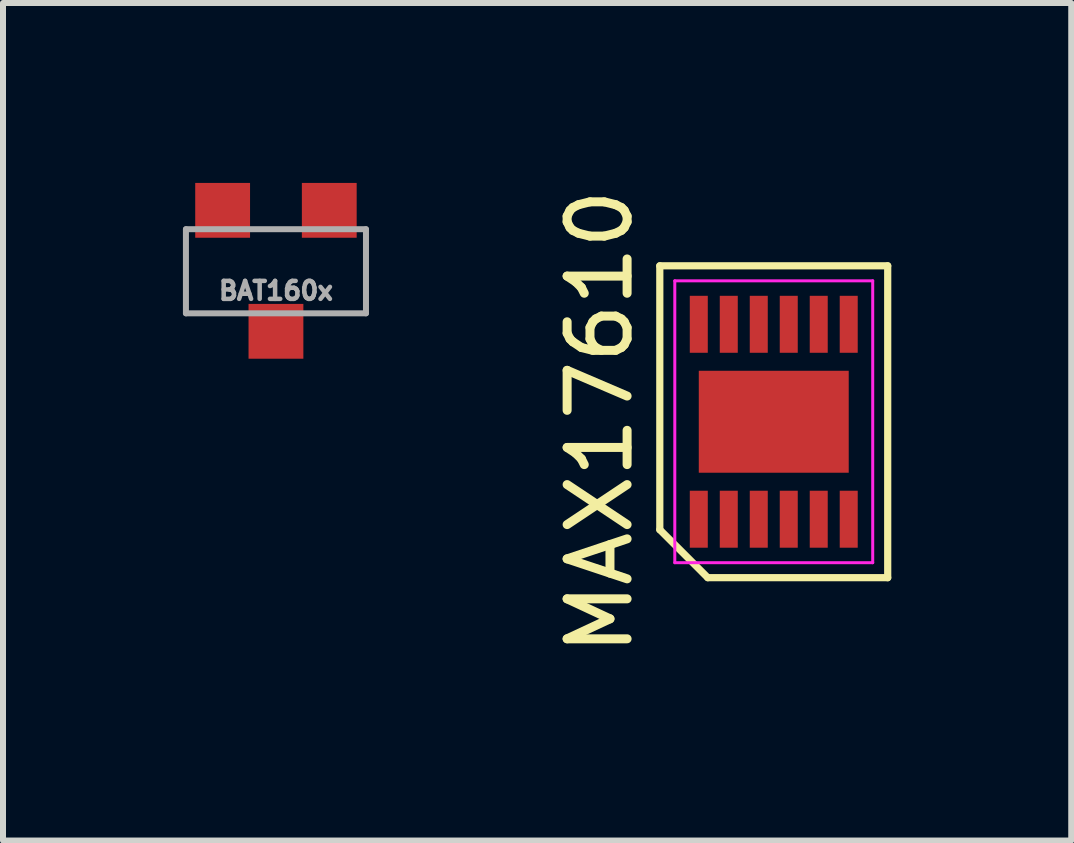
<source format=kicad_pcb>
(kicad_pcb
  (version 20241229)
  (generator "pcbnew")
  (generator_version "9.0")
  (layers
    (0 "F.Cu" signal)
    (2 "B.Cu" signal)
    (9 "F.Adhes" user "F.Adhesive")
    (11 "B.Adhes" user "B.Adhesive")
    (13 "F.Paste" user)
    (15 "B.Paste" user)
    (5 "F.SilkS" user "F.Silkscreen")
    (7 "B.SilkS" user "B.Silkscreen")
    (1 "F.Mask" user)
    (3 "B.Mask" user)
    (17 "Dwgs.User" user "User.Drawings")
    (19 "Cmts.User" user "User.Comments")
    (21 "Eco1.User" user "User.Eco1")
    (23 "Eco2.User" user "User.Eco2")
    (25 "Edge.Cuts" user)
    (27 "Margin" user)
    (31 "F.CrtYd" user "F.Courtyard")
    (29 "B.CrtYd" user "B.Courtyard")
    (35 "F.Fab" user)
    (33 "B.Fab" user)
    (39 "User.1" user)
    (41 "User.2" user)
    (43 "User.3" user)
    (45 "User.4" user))
  (footprint "MAX17610"
    (layer "F.Cu")
    (at 9.851 3.982)
    (property "Reference" "MAX17610" (at -2.9 0 90) (layer "F.SilkS") (effects (font (size 1 1) (thickness 0.15))))
    (attr smd)
    (fp_line (start -1.9 -2.6) (end 1.9 -2.6) (stroke (width 0.12) (type solid)) (layer "F.SilkS"))
    (fp_line (start -1.9 1.8) (end -1.9 -2.6) (stroke (width 0.12) (type solid)) (layer "F.SilkS"))
    (fp_line (start -1.1 2.6) (end -1.9 1.8) (stroke (width 0.12) (type solid)) (layer "F.SilkS"))
    (fp_line (start 1.9 -2.6) (end 1.9 2.6) (stroke (width 0.12) (type solid)) (layer "F.SilkS"))
    (fp_line (start 1.9 2.6) (end -1.1 2.6) (stroke (width 0.12) (type solid)) (layer "F.SilkS"))
    (fp_line (start -1.65 -2.35) (end 1.65 -2.35) (stroke (width 0.05) (type solid)) (layer "F.CrtYd"))
    (fp_line (start -1.65 2.35) (end -1.65 -2.35) (stroke (width 0.05) (type solid)) (layer "F.CrtYd"))
    (fp_line (start 1.65 -2.35) (end 1.65 2.35) (stroke (width 0.05) (type solid)) (layer "F.CrtYd"))
    (fp_line (start 1.65 2.35) (end -1.65 2.35) (stroke (width 0.05) (type solid)) (layer "F.CrtYd"))
    (pad "1" smd rect (at -1.25 1.625) (size 0.3 0.95) (layers "F.Cu" "F.Mask" "F.Paste"))
    (pad "1" smd rect (at -0.75 1.625) (size 0.3 0.95) (layers "F.Cu" "F.Mask" "F.Paste"))
    (pad "3" smd rect (at -0.25 1.625) (size 0.3 0.95) (layers "F.Cu" "F.Mask" "F.Paste"))
    (pad "4" smd rect (at 0.25 1.625) (size 0.3 0.95) (layers "F.Cu" "F.Mask" "F.Paste"))
    (pad "5" smd rect (at 0.75 1.625) (size 0.3 0.95) (layers "F.Cu" "F.Mask" "F.Paste"))
    (pad "6" smd rect (at 1.25 1.625) (size 0.3 0.95) (layers "F.Cu" "F.Mask" "F.Paste"))
    (pad "7" smd rect (at 1.25 -1.625) (size 0.3 0.95) (layers "F.Cu" "F.Mask" "F.Paste"))
    (pad "8" smd rect (at 0.75 -1.625) (size 0.3 0.95) (layers "F.Cu" "F.Mask" "F.Paste"))
    (pad "9" smd rect (at 0.25 -1.625) (size 0.3 0.95) (layers "F.Cu" "F.Mask" "F.Paste"))
    (pad "10" smd rect (at -0.25 -1.625) (size 0.3 0.95) (layers "F.Cu" "F.Mask" "F.Paste"))
    (pad "12" smd rect (at -1.25 -1.625) (size 0.3 0.95) (layers "F.Cu" "F.Mask" "F.Paste"))
    (pad "12" smd rect (at -0.75 -1.625) (size 0.3 0.95) (layers "F.Cu" "F.Mask" "F.Paste"))
    (pad "13" smd rect (at 0 0) (size 2.5 1.7) (layers "F.Cu" "F.Mask" "F.Paste")))
  (footprint "BAT160x"
    (layer "F.Cu")
    (at 1.551 1.473)
    (property "Reference" "BAT160x" (at 0 0.325 0) (layer "F.Fab") (effects (font (size 0.3 0.3) (thickness 0.075))))
    (attr through_hole)
    (fp_line (start -1.501 -0.701) (end 1.501 -0.701) (stroke (width 0.1) (type solid)) (layer "F.Fab"))
    (fp_line (start -1.501 0.701) (end -1.501 -0.701) (stroke (width 0.1) (type solid)) (layer "F.Fab"))
    (fp_line (start 1.501 -0.701) (end 1.501 0.701) (stroke (width 0.1) (type solid)) (layer "F.Fab"))
    (fp_line (start 1.501 0.701) (end -1.501 0.701) (stroke (width 0.1) (type solid)) (layer "F.Fab"))
    (pad "1" smd rect (at 0.889 -1.016) (size 0.914 0.914) (layers "F.Cu" "F.Mask" "F.Paste"))
    (pad "2" smd rect (at -0.889 -1.016) (size 0.914 0.914) (layers "F.Cu" "F.Mask" "F.Paste"))
    (pad "3" smd rect (at 0 1.001) (size 0.914 0.914) (layers "F.Cu" "F.Mask" "F.Paste")))
  (gr_rect
    (start -3 -3)
    (end 14.811 10.964)
    (stroke (width 0.1) (type default))
    (fill no)
    (layer "Edge.Cuts")))
</source>
